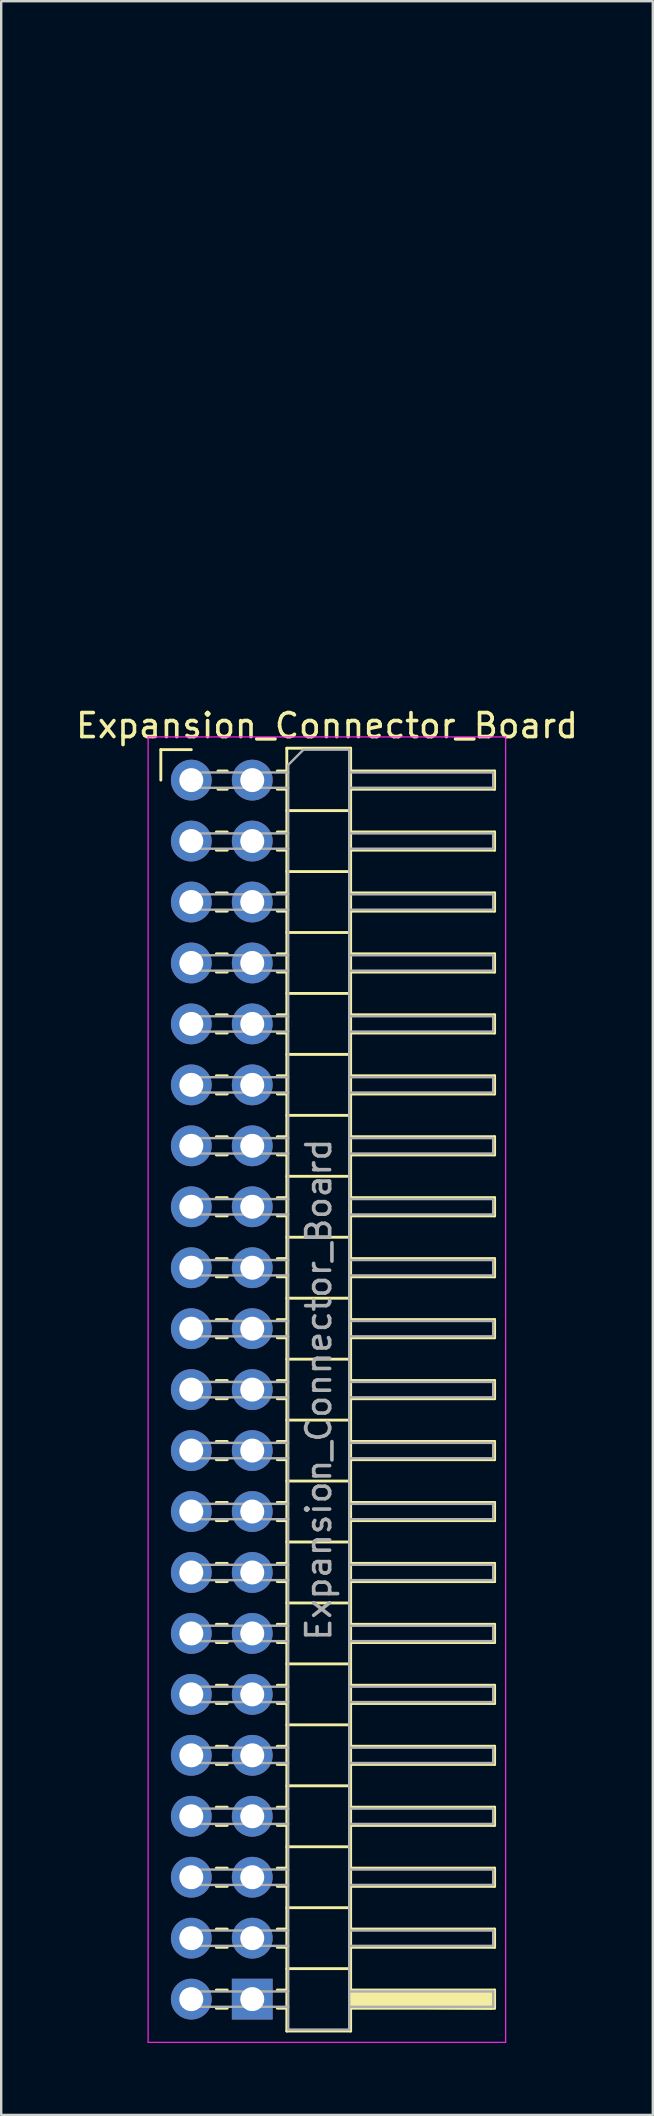
<source format=kicad_pcb>
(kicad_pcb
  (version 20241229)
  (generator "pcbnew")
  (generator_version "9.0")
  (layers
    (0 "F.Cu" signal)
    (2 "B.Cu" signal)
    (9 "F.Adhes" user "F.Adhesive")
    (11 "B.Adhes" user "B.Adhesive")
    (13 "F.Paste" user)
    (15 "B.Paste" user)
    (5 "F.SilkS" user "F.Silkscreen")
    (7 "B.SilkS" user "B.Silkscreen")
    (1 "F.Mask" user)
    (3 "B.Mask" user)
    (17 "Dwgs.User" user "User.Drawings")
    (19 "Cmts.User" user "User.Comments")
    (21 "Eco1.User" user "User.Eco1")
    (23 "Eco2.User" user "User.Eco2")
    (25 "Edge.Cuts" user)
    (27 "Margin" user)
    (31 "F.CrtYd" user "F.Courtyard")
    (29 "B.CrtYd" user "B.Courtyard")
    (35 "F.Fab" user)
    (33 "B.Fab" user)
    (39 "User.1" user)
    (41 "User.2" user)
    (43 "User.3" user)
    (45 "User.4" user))
  (footprint "Expansion_Connector_Board"
    (layer "F.Cu")
    (at 11.272 0.25)
    (property "Reference" "Expansion_Connector_Board" (at -0.695 26.94 0) (layer "F.SilkS") (effects (font (size 1 1) (thickness 0.15))))
    (attr through_hole)
    (fp_line (start -7.62 27.94) (end -6.35 27.94) (stroke (width 0.12) (type solid)) (layer "F.SilkS"))
    (fp_line (start -7.62 29.21) (end -7.62 27.94) (stroke (width 0.12) (type solid)) (layer "F.SilkS"))
    (fp_line (start -5.307 31.37) (end -4.853 31.37) (stroke (width 0.12) (type solid)) (layer "F.SilkS"))
    (fp_line (start -5.307 32.13) (end -4.853 32.13) (stroke (width 0.12) (type solid)) (layer "F.SilkS"))
    (fp_line (start -5.307 33.91) (end -4.853 33.91) (stroke (width 0.12) (type solid)) (layer "F.SilkS"))
    (fp_line (start -5.307 34.67) (end -4.853 34.67) (stroke (width 0.12) (type solid)) (layer "F.SilkS"))
    (fp_line (start -5.307 36.45) (end -4.853 36.45) (stroke (width 0.12) (type solid)) (layer "F.SilkS"))
    (fp_line (start -5.307 37.21) (end -4.853 37.21) (stroke (width 0.12) (type solid)) (layer "F.SilkS"))
    (fp_line (start -5.307 38.99) (end -4.853 38.99) (stroke (width 0.12) (type solid)) (layer "F.SilkS"))
    (fp_line (start -5.307 39.75) (end -4.853 39.75) (stroke (width 0.12) (type solid)) (layer "F.SilkS"))
    (fp_line (start -5.307 41.53) (end -4.853 41.53) (stroke (width 0.12) (type solid)) (layer "F.SilkS"))
    (fp_line (start -5.307 42.29) (end -4.853 42.29) (stroke (width 0.12) (type solid)) (layer "F.SilkS"))
    (fp_line (start -5.307 44.07) (end -4.853 44.07) (stroke (width 0.12) (type solid)) (layer "F.SilkS"))
    (fp_line (start -5.307 44.83) (end -4.853 44.83) (stroke (width 0.12) (type solid)) (layer "F.SilkS"))
    (fp_line (start -5.307 46.61) (end -4.853 46.61) (stroke (width 0.12) (type solid)) (layer "F.SilkS"))
    (fp_line (start -5.307 47.37) (end -4.853 47.37) (stroke (width 0.12) (type solid)) (layer "F.SilkS"))
    (fp_line (start -5.307 49.15) (end -4.853 49.15) (stroke (width 0.12) (type solid)) (layer "F.SilkS"))
    (fp_line (start -5.307 49.91) (end -4.853 49.91) (stroke (width 0.12) (type solid)) (layer "F.SilkS"))
    (fp_line (start -5.307 51.69) (end -4.853 51.69) (stroke (width 0.12) (type solid)) (layer "F.SilkS"))
    (fp_line (start -5.307 52.45) (end -4.853 52.45) (stroke (width 0.12) (type solid)) (layer "F.SilkS"))
    (fp_line (start -5.307 54.23) (end -4.853 54.23) (stroke (width 0.12) (type solid)) (layer "F.SilkS"))
    (fp_line (start -5.307 54.99) (end -4.853 54.99) (stroke (width 0.12) (type solid)) (layer "F.SilkS"))
    (fp_line (start -5.307 56.77) (end -4.853 56.77) (stroke (width 0.12) (type solid)) (layer "F.SilkS"))
    (fp_line (start -5.307 57.53) (end -4.853 57.53) (stroke (width 0.12) (type solid)) (layer "F.SilkS"))
    (fp_line (start -5.307 59.31) (end -4.853 59.31) (stroke (width 0.12) (type solid)) (layer "F.SilkS"))
    (fp_line (start -5.307 60.07) (end -4.853 60.07) (stroke (width 0.12) (type solid)) (layer "F.SilkS"))
    (fp_line (start -5.307 61.85) (end -4.853 61.85) (stroke (width 0.12) (type solid)) (layer "F.SilkS"))
    (fp_line (start -5.307 62.61) (end -4.853 62.61) (stroke (width 0.12) (type solid)) (layer "F.SilkS"))
    (fp_line (start -5.307 64.39) (end -4.853 64.39) (stroke (width 0.12) (type solid)) (layer "F.SilkS"))
    (fp_line (start -5.307 65.15) (end -4.853 65.15) (stroke (width 0.12) (type solid)) (layer "F.SilkS"))
    (fp_line (start -5.307 66.93) (end -4.853 66.93) (stroke (width 0.12) (type solid)) (layer "F.SilkS"))
    (fp_line (start -5.307 67.69) (end -4.853 67.69) (stroke (width 0.12) (type solid)) (layer "F.SilkS"))
    (fp_line (start -5.307 69.47) (end -4.853 69.47) (stroke (width 0.12) (type solid)) (layer "F.SilkS"))
    (fp_line (start -5.307 70.23) (end -4.853 70.23) (stroke (width 0.12) (type solid)) (layer "F.SilkS"))
    (fp_line (start -5.307 72.01) (end -4.853 72.01) (stroke (width 0.12) (type solid)) (layer "F.SilkS"))
    (fp_line (start -5.307 72.77) (end -4.853 72.77) (stroke (width 0.12) (type solid)) (layer "F.SilkS"))
    (fp_line (start -5.307 74.55) (end -4.853 74.55) (stroke (width 0.12) (type solid)) (layer "F.SilkS"))
    (fp_line (start -5.307 75.31) (end -4.853 75.31) (stroke (width 0.12) (type solid)) (layer "F.SilkS"))
    (fp_line (start -5.307 77.09) (end -4.853 77.09) (stroke (width 0.12) (type solid)) (layer "F.SilkS"))
    (fp_line (start -5.307 77.85) (end -4.853 77.85) (stroke (width 0.12) (type solid)) (layer "F.SilkS"))
    (fp_line (start -5.307 79.63) (end -4.853 79.63) (stroke (width 0.12) (type solid)) (layer "F.SilkS"))
    (fp_line (start -5.307 80.39) (end -4.853 80.39) (stroke (width 0.12) (type solid)) (layer "F.SilkS"))
    (fp_line (start -5.24 28.83) (end -4.853 28.83) (stroke (width 0.12) (type solid)) (layer "F.SilkS"))
    (fp_line (start -5.24 29.59) (end -4.853 29.59) (stroke (width 0.12) (type solid)) (layer "F.SilkS"))
    (fp_line (start -2.767 28.83) (end -2.37 28.83) (stroke (width 0.12) (type solid)) (layer "F.SilkS"))
    (fp_line (start -2.767 29.59) (end -2.37 29.59) (stroke (width 0.12) (type solid)) (layer "F.SilkS"))
    (fp_line (start -2.767 31.37) (end -2.37 31.37) (stroke (width 0.12) (type solid)) (layer "F.SilkS"))
    (fp_line (start -2.767 32.13) (end -2.37 32.13) (stroke (width 0.12) (type solid)) (layer "F.SilkS"))
    (fp_line (start -2.767 33.91) (end -2.37 33.91) (stroke (width 0.12) (type solid)) (layer "F.SilkS"))
    (fp_line (start -2.767 34.67) (end -2.37 34.67) (stroke (width 0.12) (type solid)) (layer "F.SilkS"))
    (fp_line (start -2.767 36.45) (end -2.37 36.45) (stroke (width 0.12) (type solid)) (layer "F.SilkS"))
    (fp_line (start -2.767 37.21) (end -2.37 37.21) (stroke (width 0.12) (type solid)) (layer "F.SilkS"))
    (fp_line (start -2.767 38.99) (end -2.37 38.99) (stroke (width 0.12) (type solid)) (layer "F.SilkS"))
    (fp_line (start -2.767 39.75) (end -2.37 39.75) (stroke (width 0.12) (type solid)) (layer "F.SilkS"))
    (fp_line (start -2.767 41.53) (end -2.37 41.53) (stroke (width 0.12) (type solid)) (layer "F.SilkS"))
    (fp_line (start -2.767 42.29) (end -2.37 42.29) (stroke (width 0.12) (type solid)) (layer "F.SilkS"))
    (fp_line (start -2.767 44.07) (end -2.37 44.07) (stroke (width 0.12) (type solid)) (layer "F.SilkS"))
    (fp_line (start -2.767 44.83) (end -2.37 44.83) (stroke (width 0.12) (type solid)) (layer "F.SilkS"))
    (fp_line (start -2.767 46.61) (end -2.37 46.61) (stroke (width 0.12) (type solid)) (layer "F.SilkS"))
    (fp_line (start -2.767 47.37) (end -2.37 47.37) (stroke (width 0.12) (type solid)) (layer "F.SilkS"))
    (fp_line (start -2.767 49.15) (end -2.37 49.15) (stroke (width 0.12) (type solid)) (layer "F.SilkS"))
    (fp_line (start -2.767 49.91) (end -2.37 49.91) (stroke (width 0.12) (type solid)) (layer "F.SilkS"))
    (fp_line (start -2.767 51.69) (end -2.37 51.69) (stroke (width 0.12) (type solid)) (layer "F.SilkS"))
    (fp_line (start -2.767 52.45) (end -2.37 52.45) (stroke (width 0.12) (type solid)) (layer "F.SilkS"))
    (fp_line (start -2.767 54.23) (end -2.37 54.23) (stroke (width 0.12) (type solid)) (layer "F.SilkS"))
    (fp_line (start -2.767 54.99) (end -2.37 54.99) (stroke (width 0.12) (type solid)) (layer "F.SilkS"))
    (fp_line (start -2.767 56.77) (end -2.37 56.77) (stroke (width 0.12) (type solid)) (layer "F.SilkS"))
    (fp_line (start -2.767 57.53) (end -2.37 57.53) (stroke (width 0.12) (type solid)) (layer "F.SilkS"))
    (fp_line (start -2.767 59.31) (end -2.37 59.31) (stroke (width 0.12) (type solid)) (layer "F.SilkS"))
    (fp_line (start -2.767 60.07) (end -2.37 60.07) (stroke (width 0.12) (type solid)) (layer "F.SilkS"))
    (fp_line (start -2.767 61.85) (end -2.37 61.85) (stroke (width 0.12) (type solid)) (layer "F.SilkS"))
    (fp_line (start -2.767 62.61) (end -2.37 62.61) (stroke (width 0.12) (type solid)) (layer "F.SilkS"))
    (fp_line (start -2.767 64.39) (end -2.37 64.39) (stroke (width 0.12) (type solid)) (layer "F.SilkS"))
    (fp_line (start -2.767 65.15) (end -2.37 65.15) (stroke (width 0.12) (type solid)) (layer "F.SilkS"))
    (fp_line (start -2.767 66.93) (end -2.37 66.93) (stroke (width 0.12) (type solid)) (layer "F.SilkS"))
    (fp_line (start -2.767 67.69) (end -2.37 67.69) (stroke (width 0.12) (type solid)) (layer "F.SilkS"))
    (fp_line (start -2.767 69.47) (end -2.37 69.47) (stroke (width 0.12) (type solid)) (layer "F.SilkS"))
    (fp_line (start -2.767 70.23) (end -2.37 70.23) (stroke (width 0.12) (type solid)) (layer "F.SilkS"))
    (fp_line (start -2.767 72.01) (end -2.37 72.01) (stroke (width 0.12) (type solid)) (layer "F.SilkS"))
    (fp_line (start -2.767 72.77) (end -2.37 72.77) (stroke (width 0.12) (type solid)) (layer "F.SilkS"))
    (fp_line (start -2.767 74.55) (end -2.37 74.55) (stroke (width 0.12) (type solid)) (layer "F.SilkS"))
    (fp_line (start -2.767 75.31) (end -2.37 75.31) (stroke (width 0.12) (type solid)) (layer "F.SilkS"))
    (fp_line (start -2.767 77.09) (end -2.37 77.09) (stroke (width 0.12) (type solid)) (layer "F.SilkS"))
    (fp_line (start -2.767 77.85) (end -2.37 77.85) (stroke (width 0.12) (type solid)) (layer "F.SilkS"))
    (fp_line (start -2.767 79.63) (end -2.37 79.63) (stroke (width 0.12) (type solid)) (layer "F.SilkS"))
    (fp_line (start -2.767 80.39) (end -2.37 80.39) (stroke (width 0.12) (type solid)) (layer "F.SilkS"))
    (fp_line (start -2.37 27.88) (end -2.37 81.34) (stroke (width 0.12) (type solid)) (layer "F.SilkS"))
    (fp_line (start -2.37 30.48) (end 0.29 30.48) (stroke (width 0.12) (type solid)) (layer "F.SilkS"))
    (fp_line (start -2.37 33.02) (end 0.29 33.02) (stroke (width 0.12) (type solid)) (layer "F.SilkS"))
    (fp_line (start -2.37 35.56) (end 0.29 35.56) (stroke (width 0.12) (type solid)) (layer "F.SilkS"))
    (fp_line (start -2.37 38.1) (end 0.29 38.1) (stroke (width 0.12) (type solid)) (layer "F.SilkS"))
    (fp_line (start -2.37 40.64) (end 0.29 40.64) (stroke (width 0.12) (type solid)) (layer "F.SilkS"))
    (fp_line (start -2.37 43.18) (end 0.29 43.18) (stroke (width 0.12) (type solid)) (layer "F.SilkS"))
    (fp_line (start -2.37 45.72) (end 0.29 45.72) (stroke (width 0.12) (type solid)) (layer "F.SilkS"))
    (fp_line (start -2.37 48.26) (end 0.29 48.26) (stroke (width 0.12) (type solid)) (layer "F.SilkS"))
    (fp_line (start -2.37 50.8) (end 0.29 50.8) (stroke (width 0.12) (type solid)) (layer "F.SilkS"))
    (fp_line (start -2.37 53.34) (end 0.29 53.34) (stroke (width 0.12) (type solid)) (layer "F.SilkS"))
    (fp_line (start -2.37 55.88) (end 0.29 55.88) (stroke (width 0.12) (type solid)) (layer "F.SilkS"))
    (fp_line (start -2.37 58.42) (end 0.29 58.42) (stroke (width 0.12) (type solid)) (layer "F.SilkS"))
    (fp_line (start -2.37 60.96) (end 0.29 60.96) (stroke (width 0.12) (type solid)) (layer "F.SilkS"))
    (fp_line (start -2.37 63.5) (end 0.29 63.5) (stroke (width 0.12) (type solid)) (layer "F.SilkS"))
    (fp_line (start -2.37 66.04) (end 0.29 66.04) (stroke (width 0.12) (type solid)) (layer "F.SilkS"))
    (fp_line (start -2.37 68.58) (end 0.29 68.58) (stroke (width 0.12) (type solid)) (layer "F.SilkS"))
    (fp_line (start -2.37 71.12) (end 0.29 71.12) (stroke (width 0.12) (type solid)) (layer "F.SilkS"))
    (fp_line (start -2.37 73.66) (end 0.29 73.66) (stroke (width 0.12) (type solid)) (layer "F.SilkS"))
    (fp_line (start -2.37 76.2) (end 0.29 76.2) (stroke (width 0.12) (type solid)) (layer "F.SilkS"))
    (fp_line (start -2.37 78.74) (end 0.29 78.74) (stroke (width 0.12) (type solid)) (layer "F.SilkS"))
    (fp_line (start -2.37 81.34) (end 0.29 81.34) (stroke (width 0.12) (type solid)) (layer "F.SilkS"))
    (fp_line (start 0.29 27.88) (end -2.37 27.88) (stroke (width 0.12) (type solid)) (layer "F.SilkS"))
    (fp_line (start 0.29 28.83) (end 6.29 28.83) (stroke (width 0.12) (type solid)) (layer "F.SilkS"))
    (fp_line (start 0.29 31.37) (end 6.29 31.37) (stroke (width 0.12) (type solid)) (layer "F.SilkS"))
    (fp_line (start 0.29 33.91) (end 6.29 33.91) (stroke (width 0.12) (type solid)) (layer "F.SilkS"))
    (fp_line (start 0.29 36.45) (end 6.29 36.45) (stroke (width 0.12) (type solid)) (layer "F.SilkS"))
    (fp_line (start 0.29 38.99) (end 6.29 38.99) (stroke (width 0.12) (type solid)) (layer "F.SilkS"))
    (fp_line (start 0.29 41.53) (end 6.29 41.53) (stroke (width 0.12) (type solid)) (layer "F.SilkS"))
    (fp_line (start 0.29 44.07) (end 6.29 44.07) (stroke (width 0.12) (type solid)) (layer "F.SilkS"))
    (fp_line (start 0.29 46.61) (end 6.29 46.61) (stroke (width 0.12) (type solid)) (layer "F.SilkS"))
    (fp_line (start 0.29 49.15) (end 6.29 49.15) (stroke (width 0.12) (type solid)) (layer "F.SilkS"))
    (fp_line (start 0.29 51.69) (end 6.29 51.69) (stroke (width 0.12) (type solid)) (layer "F.SilkS"))
    (fp_line (start 0.29 54.23) (end 6.29 54.23) (stroke (width 0.12) (type solid)) (layer "F.SilkS"))
    (fp_line (start 0.29 56.77) (end 6.29 56.77) (stroke (width 0.12) (type solid)) (layer "F.SilkS"))
    (fp_line (start 0.29 59.31) (end 6.29 59.31) (stroke (width 0.12) (type solid)) (layer "F.SilkS"))
    (fp_line (start 0.29 61.85) (end 6.29 61.85) (stroke (width 0.12) (type solid)) (layer "F.SilkS"))
    (fp_line (start 0.29 64.39) (end 6.29 64.39) (stroke (width 0.12) (type solid)) (layer "F.SilkS"))
    (fp_line (start 0.29 66.93) (end 6.29 66.93) (stroke (width 0.12) (type solid)) (layer "F.SilkS"))
    (fp_line (start 0.29 69.47) (end 6.29 69.47) (stroke (width 0.12) (type solid)) (layer "F.SilkS"))
    (fp_line (start 0.29 72.01) (end 6.29 72.01) (stroke (width 0.12) (type solid)) (layer "F.SilkS"))
    (fp_line (start 0.29 74.55) (end 6.29 74.55) (stroke (width 0.12) (type solid)) (layer "F.SilkS"))
    (fp_line (start 0.29 77.09) (end 6.29 77.09) (stroke (width 0.12) (type solid)) (layer "F.SilkS"))
    (fp_line (start 0.29 79.63) (end 6.29 79.63) (stroke (width 0.12) (type solid)) (layer "F.SilkS"))
    (fp_line (start 0.29 81.34) (end 0.29 27.88) (stroke (width 0.12) (type solid)) (layer "F.SilkS"))
    (fp_line (start 0.318 79.756) (end 0.381 79.82) (stroke (width 0.12) (type solid)) (layer "F.SilkS"))
    (fp_line (start 0.318 80.01) (end 0.381 79.947) (stroke (width 0.12) (type solid)) (layer "F.SilkS"))
    (fp_line (start 0.318 80.073) (end 0.381 80.137) (stroke (width 0.12) (type solid)) (layer "F.SilkS"))
    (fp_line (start 0.381 79.692) (end 0.381 79.883) (stroke (width 0.12) (type solid)) (layer "F.SilkS"))
    (fp_line (start 0.381 79.82) (end 6.223 79.82) (stroke (width 0.12) (type solid)) (layer "F.SilkS"))
    (fp_line (start 0.381 79.883) (end 6.287 79.883) (stroke (width 0.12) (type solid)) (layer "F.SilkS"))
    (fp_line (start 0.381 79.947) (end 6.223 79.947) (stroke (width 0.12) (type solid)) (layer "F.SilkS"))
    (fp_line (start 0.381 80.137) (end 6.223 80.137) (stroke (width 0.12) (type solid)) (layer "F.SilkS"))
    (fp_line (start 0.381 80.201) (end 6.16 80.201) (stroke (width 0.12) (type solid)) (layer "F.SilkS"))
    (fp_line (start 0.381 80.264) (end 0.381 80.201) (stroke (width 0.12) (type solid)) (layer "F.SilkS"))
    (fp_line (start 0.381 80.328) (end 6.223 80.328) (stroke (width 0.12) (type solid)) (layer "F.SilkS"))
    (fp_line (start 6.16 80.201) (end 6.16 80.391) (stroke (width 0.12) (type solid)) (layer "F.SilkS"))
    (fp_line (start 6.16 80.391) (end 0.381 80.328) (stroke (width 0.12) (type solid)) (layer "F.SilkS"))
    (fp_line (start 6.223 79.756) (end 0.381 79.756) (stroke (width 0.12) (type solid)) (layer "F.SilkS"))
    (fp_line (start 6.223 79.82) (end 0.381 79.692) (stroke (width 0.12) (type solid)) (layer "F.SilkS"))
    (fp_line (start 6.223 79.947) (end 6.223 80.073) (stroke (width 0.12) (type solid)) (layer "F.SilkS"))
    (fp_line (start 6.223 80.073) (end 0.318 80.073) (stroke (width 0.12) (type solid)) (layer "F.SilkS"))
    (fp_line (start 6.223 80.137) (end 6.223 80.264) (stroke (width 0.12) (type solid)) (layer "F.SilkS"))
    (fp_line (start 6.223 80.264) (end 0.381 80.264) (stroke (width 0.12) (type solid)) (layer "F.SilkS"))
    (fp_line (start 6.223 80.328) (end 5.207 80.073) (stroke (width 0.12) (type solid)) (layer "F.SilkS"))
    (fp_line (start 6.287 79.692) (end 0.318 79.756) (stroke (width 0.12) (type solid)) (layer "F.SilkS"))
    (fp_line (start 6.287 79.883) (end 6.287 80.01) (stroke (width 0.12) (type solid)) (layer "F.SilkS"))
    (fp_line (start 6.287 80.01) (end 0.318 80.01) (stroke (width 0.12) (type solid)) (layer "F.SilkS"))
    (fp_line (start 6.29 28.83) (end 6.29 29.59) (stroke (width 0.12) (type solid)) (layer "F.SilkS"))
    (fp_line (start 6.29 29.59) (end 0.29 29.59) (stroke (width 0.12) (type solid)) (layer "F.SilkS"))
    (fp_line (start 6.29 31.37) (end 6.29 32.13) (stroke (width 0.12) (type solid)) (layer "F.SilkS"))
    (fp_line (start 6.29 32.13) (end 0.29 32.13) (stroke (width 0.12) (type solid)) (layer "F.SilkS"))
    (fp_line (start 6.29 33.91) (end 6.29 34.67) (stroke (width 0.12) (type solid)) (layer "F.SilkS"))
    (fp_line (start 6.29 34.67) (end 0.29 34.67) (stroke (width 0.12) (type solid)) (layer "F.SilkS"))
    (fp_line (start 6.29 36.45) (end 6.29 37.21) (stroke (width 0.12) (type solid)) (layer "F.SilkS"))
    (fp_line (start 6.29 37.21) (end 0.29 37.21) (stroke (width 0.12) (type solid)) (layer "F.SilkS"))
    (fp_line (start 6.29 38.99) (end 6.29 39.75) (stroke (width 0.12) (type solid)) (layer "F.SilkS"))
    (fp_line (start 6.29 39.75) (end 0.29 39.75) (stroke (width 0.12) (type solid)) (layer "F.SilkS"))
    (fp_line (start 6.29 41.53) (end 6.29 42.29) (stroke (width 0.12) (type solid)) (layer "F.SilkS"))
    (fp_line (start 6.29 42.29) (end 0.29 42.29) (stroke (width 0.12) (type solid)) (layer "F.SilkS"))
    (fp_line (start 6.29 44.07) (end 6.29 44.83) (stroke (width 0.12) (type solid)) (layer "F.SilkS"))
    (fp_line (start 6.29 44.83) (end 0.29 44.83) (stroke (width 0.12) (type solid)) (layer "F.SilkS"))
    (fp_line (start 6.29 46.61) (end 6.29 47.37) (stroke (width 0.12) (type solid)) (layer "F.SilkS"))
    (fp_line (start 6.29 47.37) (end 0.29 47.37) (stroke (width 0.12) (type solid)) (layer "F.SilkS"))
    (fp_line (start 6.29 49.15) (end 6.29 49.91) (stroke (width 0.12) (type solid)) (layer "F.SilkS"))
    (fp_line (start 6.29 49.91) (end 0.29 49.91) (stroke (width 0.12) (type solid)) (layer "F.SilkS"))
    (fp_line (start 6.29 51.69) (end 6.29 52.45) (stroke (width 0.12) (type solid)) (layer "F.SilkS"))
    (fp_line (start 6.29 52.45) (end 0.29 52.45) (stroke (width 0.12) (type solid)) (layer "F.SilkS"))
    (fp_line (start 6.29 54.23) (end 6.29 54.99) (stroke (width 0.12) (type solid)) (layer "F.SilkS"))
    (fp_line (start 6.29 54.99) (end 0.29 54.99) (stroke (width 0.12) (type solid)) (layer "F.SilkS"))
    (fp_line (start 6.29 56.77) (end 6.29 57.53) (stroke (width 0.12) (type solid)) (layer "F.SilkS"))
    (fp_line (start 6.29 57.53) (end 0.29 57.53) (stroke (width 0.12) (type solid)) (layer "F.SilkS"))
    (fp_line (start 6.29 59.31) (end 6.29 60.07) (stroke (width 0.12) (type solid)) (layer "F.SilkS"))
    (fp_line (start 6.29 60.07) (end 0.29 60.07) (stroke (width 0.12) (type solid)) (layer "F.SilkS"))
    (fp_line (start 6.29 61.85) (end 6.29 62.61) (stroke (width 0.12) (type solid)) (layer "F.SilkS"))
    (fp_line (start 6.29 62.61) (end 0.29 62.61) (stroke (width 0.12) (type solid)) (layer "F.SilkS"))
    (fp_line (start 6.29 64.39) (end 6.29 65.15) (stroke (width 0.12) (type solid)) (layer "F.SilkS"))
    (fp_line (start 6.29 65.15) (end 0.29 65.15) (stroke (width 0.12) (type solid)) (layer "F.SilkS"))
    (fp_line (start 6.29 66.93) (end 6.29 67.69) (stroke (width 0.12) (type solid)) (layer "F.SilkS"))
    (fp_line (start 6.29 67.69) (end 0.29 67.69) (stroke (width 0.12) (type solid)) (layer "F.SilkS"))
    (fp_line (start 6.29 69.47) (end 6.29 70.23) (stroke (width 0.12) (type solid)) (layer "F.SilkS"))
    (fp_line (start 6.29 70.23) (end 0.29 70.23) (stroke (width 0.12) (type solid)) (layer "F.SilkS"))
    (fp_line (start 6.29 72.01) (end 6.29 72.77) (stroke (width 0.12) (type solid)) (layer "F.SilkS"))
    (fp_line (start 6.29 72.77) (end 0.29 72.77) (stroke (width 0.12) (type solid)) (layer "F.SilkS"))
    (fp_line (start 6.29 74.55) (end 6.29 75.31) (stroke (width 0.12) (type solid)) (layer "F.SilkS"))
    (fp_line (start 6.29 75.31) (end 0.29 75.31) (stroke (width 0.12) (type solid)) (layer "F.SilkS"))
    (fp_line (start 6.29 77.09) (end 6.29 77.85) (stroke (width 0.12) (type solid)) (layer "F.SilkS"))
    (fp_line (start 6.29 77.85) (end 0.29 77.85) (stroke (width 0.12) (type solid)) (layer "F.SilkS"))
    (fp_line (start 6.29 79.63) (end 6.29 80.39) (stroke (width 0.12) (type solid)) (layer "F.SilkS"))
    (fp_line (start 6.29 80.39) (end 0.29 80.39) (stroke (width 0.12) (type solid)) (layer "F.SilkS"))
    (fp_line (start -8.15 27.41) (end -8.15 81.81) (stroke (width 0.05) (type solid)) (layer "F.CrtYd"))
    (fp_line (start -8.15 81.81) (end 6.75 81.81) (stroke (width 0.05) (type solid)) (layer "F.CrtYd"))
    (fp_line (start 6.75 27.41) (end -8.15 27.41) (stroke (width 0.05) (type solid)) (layer "F.CrtYd"))
    (fp_line (start 6.75 81.81) (end 6.75 27.41) (stroke (width 0.05) (type solid)) (layer "F.CrtYd"))
    (fp_line (start -6.67 28.89) (end -6.67 29.53) (stroke (width 0.1) (type solid)) (layer "F.Fab"))
    (fp_line (start -6.67 28.89) (end -2.31 28.89) (stroke (width 0.1) (type solid)) (layer "F.Fab"))
    (fp_line (start -6.67 29.53) (end -2.31 29.53) (stroke (width 0.1) (type solid)) (layer "F.Fab"))
    (fp_line (start -6.67 31.43) (end -6.67 32.07) (stroke (width 0.1) (type solid)) (layer "F.Fab"))
    (fp_line (start -6.67 31.43) (end -2.31 31.43) (stroke (width 0.1) (type solid)) (layer "F.Fab"))
    (fp_line (start -6.67 32.07) (end -2.31 32.07) (stroke (width 0.1) (type solid)) (layer "F.Fab"))
    (fp_line (start -6.67 33.97) (end -6.67 34.61) (stroke (width 0.1) (type solid)) (layer "F.Fab"))
    (fp_line (start -6.67 33.97) (end -2.31 33.97) (stroke (width 0.1) (type solid)) (layer "F.Fab"))
    (fp_line (start -6.67 34.61) (end -2.31 34.61) (stroke (width 0.1) (type solid)) (layer "F.Fab"))
    (fp_line (start -6.67 36.51) (end -6.67 37.15) (stroke (width 0.1) (type solid)) (layer "F.Fab"))
    (fp_line (start -6.67 36.51) (end -2.31 36.51) (stroke (width 0.1) (type solid)) (layer "F.Fab"))
    (fp_line (start -6.67 37.15) (end -2.31 37.15) (stroke (width 0.1) (type solid)) (layer "F.Fab"))
    (fp_line (start -6.67 39.05) (end -6.67 39.69) (stroke (width 0.1) (type solid)) (layer "F.Fab"))
    (fp_line (start -6.67 39.05) (end -2.31 39.05) (stroke (width 0.1) (type solid)) (layer "F.Fab"))
    (fp_line (start -6.67 39.69) (end -2.31 39.69) (stroke (width 0.1) (type solid)) (layer "F.Fab"))
    (fp_line (start -6.67 41.59) (end -6.67 42.23) (stroke (width 0.1) (type solid)) (layer "F.Fab"))
    (fp_line (start -6.67 41.59) (end -2.31 41.59) (stroke (width 0.1) (type solid)) (layer "F.Fab"))
    (fp_line (start -6.67 42.23) (end -2.31 42.23) (stroke (width 0.1) (type solid)) (layer "F.Fab"))
    (fp_line (start -6.67 44.13) (end -6.67 44.77) (stroke (width 0.1) (type solid)) (layer "F.Fab"))
    (fp_line (start -6.67 44.13) (end -2.31 44.13) (stroke (width 0.1) (type solid)) (layer "F.Fab"))
    (fp_line (start -6.67 44.77) (end -2.31 44.77) (stroke (width 0.1) (type solid)) (layer "F.Fab"))
    (fp_line (start -6.67 46.67) (end -6.67 47.31) (stroke (width 0.1) (type solid)) (layer "F.Fab"))
    (fp_line (start -6.67 46.67) (end -2.31 46.67) (stroke (width 0.1) (type solid)) (layer "F.Fab"))
    (fp_line (start -6.67 47.31) (end -2.31 47.31) (stroke (width 0.1) (type solid)) (layer "F.Fab"))
    (fp_line (start -6.67 49.21) (end -6.67 49.85) (stroke (width 0.1) (type solid)) (layer "F.Fab"))
    (fp_line (start -6.67 49.21) (end -2.31 49.21) (stroke (width 0.1) (type solid)) (layer "F.Fab"))
    (fp_line (start -6.67 49.85) (end -2.31 49.85) (stroke (width 0.1) (type solid)) (layer "F.Fab"))
    (fp_line (start -6.67 51.75) (end -6.67 52.39) (stroke (width 0.1) (type solid)) (layer "F.Fab"))
    (fp_line (start -6.67 51.75) (end -2.31 51.75) (stroke (width 0.1) (type solid)) (layer "F.Fab"))
    (fp_line (start -6.67 52.39) (end -2.31 52.39) (stroke (width 0.1) (type solid)) (layer "F.Fab"))
    (fp_line (start -6.67 54.29) (end -6.67 54.93) (stroke (width 0.1) (type solid)) (layer "F.Fab"))
    (fp_line (start -6.67 54.29) (end -2.31 54.29) (stroke (width 0.1) (type solid)) (layer "F.Fab"))
    (fp_line (start -6.67 54.93) (end -2.31 54.93) (stroke (width 0.1) (type solid)) (layer "F.Fab"))
    (fp_line (start -6.67 56.83) (end -6.67 57.47) (stroke (width 0.1) (type solid)) (layer "F.Fab"))
    (fp_line (start -6.67 56.83) (end -2.31 56.83) (stroke (width 0.1) (type solid)) (layer "F.Fab"))
    (fp_line (start -6.67 57.47) (end -2.31 57.47) (stroke (width 0.1) (type solid)) (layer "F.Fab"))
    (fp_line (start -6.67 59.37) (end -6.67 60.01) (stroke (width 0.1) (type solid)) (layer "F.Fab"))
    (fp_line (start -6.67 59.37) (end -2.31 59.37) (stroke (width 0.1) (type solid)) (layer "F.Fab"))
    (fp_line (start -6.67 60.01) (end -2.31 60.01) (stroke (width 0.1) (type solid)) (layer "F.Fab"))
    (fp_line (start -6.67 61.91) (end -6.67 62.55) (stroke (width 0.1) (type solid)) (layer "F.Fab"))
    (fp_line (start -6.67 61.91) (end -2.31 61.91) (stroke (width 0.1) (type solid)) (layer "F.Fab"))
    (fp_line (start -6.67 62.55) (end -2.31 62.55) (stroke (width 0.1) (type solid)) (layer "F.Fab"))
    (fp_line (start -6.67 64.45) (end -6.67 65.09) (stroke (width 0.1) (type solid)) (layer "F.Fab"))
    (fp_line (start -6.67 64.45) (end -2.31 64.45) (stroke (width 0.1) (type solid)) (layer "F.Fab"))
    (fp_line (start -6.67 65.09) (end -2.31 65.09) (stroke (width 0.1) (type solid)) (layer "F.Fab"))
    (fp_line (start -6.67 66.99) (end -6.67 67.63) (stroke (width 0.1) (type solid)) (layer "F.Fab"))
    (fp_line (start -6.67 66.99) (end -2.31 66.99) (stroke (width 0.1) (type solid)) (layer "F.Fab"))
    (fp_line (start -6.67 67.63) (end -2.31 67.63) (stroke (width 0.1) (type solid)) (layer "F.Fab"))
    (fp_line (start -6.67 69.53) (end -6.67 70.17) (stroke (width 0.1) (type solid)) (layer "F.Fab"))
    (fp_line (start -6.67 69.53) (end -2.31 69.53) (stroke (width 0.1) (type solid)) (layer "F.Fab"))
    (fp_line (start -6.67 70.17) (end -2.31 70.17) (stroke (width 0.1) (type solid)) (layer "F.Fab"))
    (fp_line (start -6.67 72.07) (end -6.67 72.71) (stroke (width 0.1) (type solid)) (layer "F.Fab"))
    (fp_line (start -6.67 72.07) (end -2.31 72.07) (stroke (width 0.1) (type solid)) (layer "F.Fab"))
    (fp_line (start -6.67 72.71) (end -2.31 72.71) (stroke (width 0.1) (type solid)) (layer "F.Fab"))
    (fp_line (start -6.67 74.61) (end -6.67 75.25) (stroke (width 0.1) (type solid)) (layer "F.Fab"))
    (fp_line (start -6.67 74.61) (end -2.31 74.61) (stroke (width 0.1) (type solid)) (layer "F.Fab"))
    (fp_line (start -6.67 75.25) (end -2.31 75.25) (stroke (width 0.1) (type solid)) (layer "F.Fab"))
    (fp_line (start -6.67 77.15) (end -6.67 77.79) (stroke (width 0.1) (type solid)) (layer "F.Fab"))
    (fp_line (start -6.67 77.15) (end -2.31 77.15) (stroke (width 0.1) (type solid)) (layer "F.Fab"))
    (fp_line (start -6.67 77.79) (end -2.31 77.79) (stroke (width 0.1) (type solid)) (layer "F.Fab"))
    (fp_line (start -6.67 79.69) (end -6.67 80.33) (stroke (width 0.1) (type solid)) (layer "F.Fab"))
    (fp_line (start -6.67 79.69) (end -2.31 79.69) (stroke (width 0.1) (type solid)) (layer "F.Fab"))
    (fp_line (start -6.67 80.33) (end -2.31 80.33) (stroke (width 0.1) (type solid)) (layer "F.Fab"))
    (fp_line (start -2.31 28.575) (end -1.675 27.94) (stroke (width 0.1) (type solid)) (layer "F.Fab"))
    (fp_line (start -2.31 81.28) (end -2.31 28.575) (stroke (width 0.1) (type solid)) (layer "F.Fab"))
    (fp_line (start -1.675 27.94) (end 0.23 27.94) (stroke (width 0.1) (type solid)) (layer "F.Fab"))
    (fp_line (start 0.23 27.94) (end 0.23 81.28) (stroke (width 0.1) (type solid)) (layer "F.Fab"))
    (fp_line (start 0.23 28.89) (end 6.23 28.89) (stroke (width 0.1) (type solid)) (layer "F.Fab"))
    (fp_line (start 0.23 29.53) (end 6.23 29.53) (stroke (width 0.1) (type solid)) (layer "F.Fab"))
    (fp_line (start 0.23 31.43) (end 6.23 31.43) (stroke (width 0.1) (type solid)) (layer "F.Fab"))
    (fp_line (start 0.23 32.07) (end 6.23 32.07) (stroke (width 0.1) (type solid)) (layer "F.Fab"))
    (fp_line (start 0.23 33.97) (end 6.23 33.97) (stroke (width 0.1) (type solid)) (layer "F.Fab"))
    (fp_line (start 0.23 34.61) (end 6.23 34.61) (stroke (width 0.1) (type solid)) (layer "F.Fab"))
    (fp_line (start 0.23 36.51) (end 6.23 36.51) (stroke (width 0.1) (type solid)) (layer "F.Fab"))
    (fp_line (start 0.23 37.15) (end 6.23 37.15) (stroke (width 0.1) (type solid)) (layer "F.Fab"))
    (fp_line (start 0.23 39.05) (end 6.23 39.05) (stroke (width 0.1) (type solid)) (layer "F.Fab"))
    (fp_line (start 0.23 39.69) (end 6.23 39.69) (stroke (width 0.1) (type solid)) (layer "F.Fab"))
    (fp_line (start 0.23 41.59) (end 6.23 41.59) (stroke (width 0.1) (type solid)) (layer "F.Fab"))
    (fp_line (start 0.23 42.23) (end 6.23 42.23) (stroke (width 0.1) (type solid)) (layer "F.Fab"))
    (fp_line (start 0.23 44.13) (end 6.23 44.13) (stroke (width 0.1) (type solid)) (layer "F.Fab"))
    (fp_line (start 0.23 44.77) (end 6.23 44.77) (stroke (width 0.1) (type solid)) (layer "F.Fab"))
    (fp_line (start 0.23 46.67) (end 6.23 46.67) (stroke (width 0.1) (type solid)) (layer "F.Fab"))
    (fp_line (start 0.23 47.31) (end 6.23 47.31) (stroke (width 0.1) (type solid)) (layer "F.Fab"))
    (fp_line (start 0.23 49.21) (end 6.23 49.21) (stroke (width 0.1) (type solid)) (layer "F.Fab"))
    (fp_line (start 0.23 49.85) (end 6.23 49.85) (stroke (width 0.1) (type solid)) (layer "F.Fab"))
    (fp_line (start 0.23 51.75) (end 6.23 51.75) (stroke (width 0.1) (type solid)) (layer "F.Fab"))
    (fp_line (start 0.23 52.39) (end 6.23 52.39) (stroke (width 0.1) (type solid)) (layer "F.Fab"))
    (fp_line (start 0.23 54.29) (end 6.23 54.29) (stroke (width 0.1) (type solid)) (layer "F.Fab"))
    (fp_line (start 0.23 54.93) (end 6.23 54.93) (stroke (width 0.1) (type solid)) (layer "F.Fab"))
    (fp_line (start 0.23 56.83) (end 6.23 56.83) (stroke (width 0.1) (type solid)) (layer "F.Fab"))
    (fp_line (start 0.23 57.47) (end 6.23 57.47) (stroke (width 0.1) (type solid)) (layer "F.Fab"))
    (fp_line (start 0.23 59.37) (end 6.23 59.37) (stroke (width 0.1) (type solid)) (layer "F.Fab"))
    (fp_line (start 0.23 60.01) (end 6.23 60.01) (stroke (width 0.1) (type solid)) (layer "F.Fab"))
    (fp_line (start 0.23 61.91) (end 6.23 61.91) (stroke (width 0.1) (type solid)) (layer "F.Fab"))
    (fp_line (start 0.23 62.55) (end 6.23 62.55) (stroke (width 0.1) (type solid)) (layer "F.Fab"))
    (fp_line (start 0.23 64.45) (end 6.23 64.45) (stroke (width 0.1) (type solid)) (layer "F.Fab"))
    (fp_line (start 0.23 65.09) (end 6.23 65.09) (stroke (width 0.1) (type solid)) (layer "F.Fab"))
    (fp_line (start 0.23 66.99) (end 6.23 66.99) (stroke (width 0.1) (type solid)) (layer "F.Fab"))
    (fp_line (start 0.23 67.63) (end 6.23 67.63) (stroke (width 0.1) (type solid)) (layer "F.Fab"))
    (fp_line (start 0.23 69.53) (end 6.23 69.53) (stroke (width 0.1) (type solid)) (layer "F.Fab"))
    (fp_line (start 0.23 70.17) (end 6.23 70.17) (stroke (width 0.1) (type solid)) (layer "F.Fab"))
    (fp_line (start 0.23 72.07) (end 6.23 72.07) (stroke (width 0.1) (type solid)) (layer "F.Fab"))
    (fp_line (start 0.23 72.71) (end 6.23 72.71) (stroke (width 0.1) (type solid)) (layer "F.Fab"))
    (fp_line (start 0.23 74.61) (end 6.23 74.61) (stroke (width 0.1) (type solid)) (layer "F.Fab"))
    (fp_line (start 0.23 75.25) (end 6.23 75.25) (stroke (width 0.1) (type solid)) (layer "F.Fab"))
    (fp_line (start 0.23 77.15) (end 6.23 77.15) (stroke (width 0.1) (type solid)) (layer "F.Fab"))
    (fp_line (start 0.23 77.79) (end 6.23 77.79) (stroke (width 0.1) (type solid)) (layer "F.Fab"))
    (fp_line (start 0.23 79.69) (end 6.23 79.69) (stroke (width 0.1) (type solid)) (layer "F.Fab"))
    (fp_line (start 0.23 80.33) (end 6.23 80.33) (stroke (width 0.1) (type solid)) (layer "F.Fab"))
    (fp_line (start 0.23 81.28) (end -2.31 81.28) (stroke (width 0.1) (type solid)) (layer "F.Fab"))
    (fp_line (start 6.23 28.89) (end 6.23 29.53) (stroke (width 0.1) (type solid)) (layer "F.Fab"))
    (fp_line (start 6.23 31.43) (end 6.23 32.07) (stroke (width 0.1) (type solid)) (layer "F.Fab"))
    (fp_line (start 6.23 33.97) (end 6.23 34.61) (stroke (width 0.1) (type solid)) (layer "F.Fab"))
    (fp_line (start 6.23 36.51) (end 6.23 37.15) (stroke (width 0.1) (type solid)) (layer "F.Fab"))
    (fp_line (start 6.23 39.05) (end 6.23 39.69) (stroke (width 0.1) (type solid)) (layer "F.Fab"))
    (fp_line (start 6.23 41.59) (end 6.23 42.23) (stroke (width 0.1) (type solid)) (layer "F.Fab"))
    (fp_line (start 6.23 44.13) (end 6.23 44.77) (stroke (width 0.1) (type solid)) (layer "F.Fab"))
    (fp_line (start 6.23 46.67) (end 6.23 47.31) (stroke (width 0.1) (type solid)) (layer "F.Fab"))
    (fp_line (start 6.23 49.21) (end 6.23 49.85) (stroke (width 0.1) (type solid)) (layer "F.Fab"))
    (fp_line (start 6.23 51.75) (end 6.23 52.39) (stroke (width 0.1) (type solid)) (layer "F.Fab"))
    (fp_line (start 6.23 54.29) (end 6.23 54.93) (stroke (width 0.1) (type solid)) (layer "F.Fab"))
    (fp_line (start 6.23 56.83) (end 6.23 57.47) (stroke (width 0.1) (type solid)) (layer "F.Fab"))
    (fp_line (start 6.23 59.37) (end 6.23 60.01) (stroke (width 0.1) (type solid)) (layer "F.Fab"))
    (fp_line (start 6.23 61.91) (end 6.23 62.55) (stroke (width 0.1) (type solid)) (layer "F.Fab"))
    (fp_line (start 6.23 64.45) (end 6.23 65.09) (stroke (width 0.1) (type solid)) (layer "F.Fab"))
    (fp_line (start 6.23 66.99) (end 6.23 67.63) (stroke (width 0.1) (type solid)) (layer "F.Fab"))
    (fp_line (start 6.23 69.53) (end 6.23 70.17) (stroke (width 0.1) (type solid)) (layer "F.Fab"))
    (fp_line (start 6.23 72.07) (end 6.23 72.71) (stroke (width 0.1) (type solid)) (layer "F.Fab"))
    (fp_line (start 6.23 74.61) (end 6.23 75.25) (stroke (width 0.1) (type solid)) (layer "F.Fab"))
    (fp_line (start 6.23 77.15) (end 6.23 77.79) (stroke (width 0.1) (type solid)) (layer "F.Fab"))
    (fp_line (start 6.23 79.69) (end 6.23 80.33) (stroke (width 0.1) (type solid)) (layer "F.Fab"))
    (fp_text user "${REFERENCE}" (at -1.04 54.61 90) (layer "F.Fab") (effects (font (size 1 1) (thickness 0.15))))
    (pad "1" thru_hole rect (at -3.81 80.01) (size 1.7 1.7) (drill 1) (layers "*.Cu" "*.Mask"))
    (pad "2" thru_hole oval (at -6.35 80.01) (size 1.7 1.7) (drill 1) (layers "*.Cu" "*.Mask"))
    (pad "3" thru_hole oval (at -3.81 77.47) (size 1.7 1.7) (drill 1) (layers "*.Cu" "*.Mask"))
    (pad "4" thru_hole oval (at -6.35 77.47) (size 1.7 1.7) (drill 1) (layers "*.Cu" "*.Mask"))
    (pad "5" thru_hole oval (at -3.81 74.93) (size 1.7 1.7) (drill 1) (layers "*.Cu" "*.Mask"))
    (pad "6" thru_hole oval (at -6.35 74.93) (size 1.7 1.7) (drill 1) (layers "*.Cu" "*.Mask"))
    (pad "7" thru_hole oval (at -3.81 72.39) (size 1.7 1.7) (drill 1) (layers "*.Cu" "*.Mask"))
    (pad "8" thru_hole oval (at -6.35 72.39) (size 1.7 1.7) (drill 1) (layers "*.Cu" "*.Mask"))
    (pad "9" thru_hole oval (at -3.81 69.85) (size 1.7 1.7) (drill 1) (layers "*.Cu" "*.Mask"))
    (pad "10" thru_hole oval (at -6.35 69.85) (size 1.7 1.7) (drill 1) (layers "*.Cu" "*.Mask"))
    (pad "11" thru_hole oval (at -3.81 67.31) (size 1.7 1.7) (drill 1) (layers "*.Cu" "*.Mask"))
    (pad "12" thru_hole oval (at -6.35 67.31) (size 1.7 1.7) (drill 1) (layers "*.Cu" "*.Mask"))
    (pad "13" thru_hole oval (at -3.81 64.77) (size 1.7 1.7) (drill 1) (layers "*.Cu" "*.Mask"))
    (pad "14" thru_hole oval (at -6.35 64.77) (size 1.7 1.7) (drill 1) (layers "*.Cu" "*.Mask"))
    (pad "15" thru_hole oval (at -3.81 62.23) (size 1.7 1.7) (drill 1) (layers "*.Cu" "*.Mask"))
    (pad "16" thru_hole oval (at -6.35 62.23) (size 1.7 1.7) (drill 1) (layers "*.Cu" "*.Mask"))
    (pad "17" thru_hole oval (at -3.81 59.69) (size 1.7 1.7) (drill 1) (layers "*.Cu" "*.Mask"))
    (pad "18" thru_hole oval (at -6.35 59.69) (size 1.7 1.7) (drill 1) (layers "*.Cu" "*.Mask"))
    (pad "19" thru_hole oval (at -3.81 57.15) (size 1.7 1.7) (drill 1) (layers "*.Cu" "*.Mask"))
    (pad "20" thru_hole oval (at -6.35 57.15) (size 1.7 1.7) (drill 1) (layers "*.Cu" "*.Mask"))
    (pad "21" thru_hole oval (at -3.81 54.61) (size 1.7 1.7) (drill 1) (layers "*.Cu" "*.Mask"))
    (pad "22" thru_hole oval (at -6.35 54.61) (size 1.7 1.7) (drill 1) (layers "*.Cu" "*.Mask"))
    (pad "23" thru_hole oval (at -3.81 52.07) (size 1.7 1.7) (drill 1) (layers "*.Cu" "*.Mask"))
    (pad "24" thru_hole oval (at -6.35 52.07) (size 1.7 1.7) (drill 1) (layers "*.Cu" "*.Mask"))
    (pad "25" thru_hole oval (at -3.81 49.53) (size 1.7 1.7) (drill 1) (layers "*.Cu" "*.Mask"))
    (pad "26" thru_hole oval (at -6.35 49.53) (size 1.7 1.7) (drill 1) (layers "*.Cu" "*.Mask"))
    (pad "27" thru_hole oval (at -3.81 46.99) (size 1.7 1.7) (drill 1) (layers "*.Cu" "*.Mask"))
    (pad "28" thru_hole oval (at -6.35 46.99) (size 1.7 1.7) (drill 1) (layers "*.Cu" "*.Mask"))
    (pad "29" thru_hole oval (at -3.81 44.45) (size 1.7 1.7) (drill 1) (layers "*.Cu" "*.Mask"))
    (pad "30" thru_hole oval (at -6.35 44.45) (size 1.7 1.7) (drill 1) (layers "*.Cu" "*.Mask"))
    (pad "31" thru_hole oval (at -3.81 41.91) (size 1.7 1.7) (drill 1) (layers "*.Cu" "*.Mask"))
    (pad "32" thru_hole oval (at -6.35 41.91) (size 1.7 1.7) (drill 1) (layers "*.Cu" "*.Mask"))
    (pad "33" thru_hole oval (at -3.81 39.37) (size 1.7 1.7) (drill 1) (layers "*.Cu" "*.Mask"))
    (pad "34" thru_hole oval (at -6.35 39.37) (size 1.7 1.7) (drill 1) (layers "*.Cu" "*.Mask"))
    (pad "35" thru_hole oval (at -3.81 36.83) (size 1.7 1.7) (drill 1) (layers "*.Cu" "*.Mask"))
    (pad "36" thru_hole oval (at -6.35 36.83) (size 1.7 1.7) (drill 1) (layers "*.Cu" "*.Mask"))
    (pad "37" thru_hole oval (at -3.81 34.29) (size 1.7 1.7) (drill 1) (layers "*.Cu" "*.Mask"))
    (pad "38" thru_hole oval (at -6.35 34.29) (size 1.7 1.7) (drill 1) (layers "*.Cu" "*.Mask"))
    (pad "39" thru_hole oval (at -3.81 31.75) (size 1.7 1.7) (drill 1) (layers "*.Cu" "*.Mask"))
    (pad "40" thru_hole oval (at -6.35 31.75) (size 1.7 1.7) (drill 1) (layers "*.Cu" "*.Mask"))
    (pad "41" thru_hole oval (at -3.81 29.21) (size 1.7 1.7) (drill 1) (layers "*.Cu" "*.Mask"))
    (pad "42" thru_hole oval (at -6.35 29.21) (size 1.7 1.7) (drill 1) (layers "*.Cu" "*.Mask")))
  (gr_rect
    (start -3 -3)
    (end 24.155 85.085)
    (stroke (width 0.1) (type default))
    (fill no)
    (layer "Edge.Cuts")))
</source>
